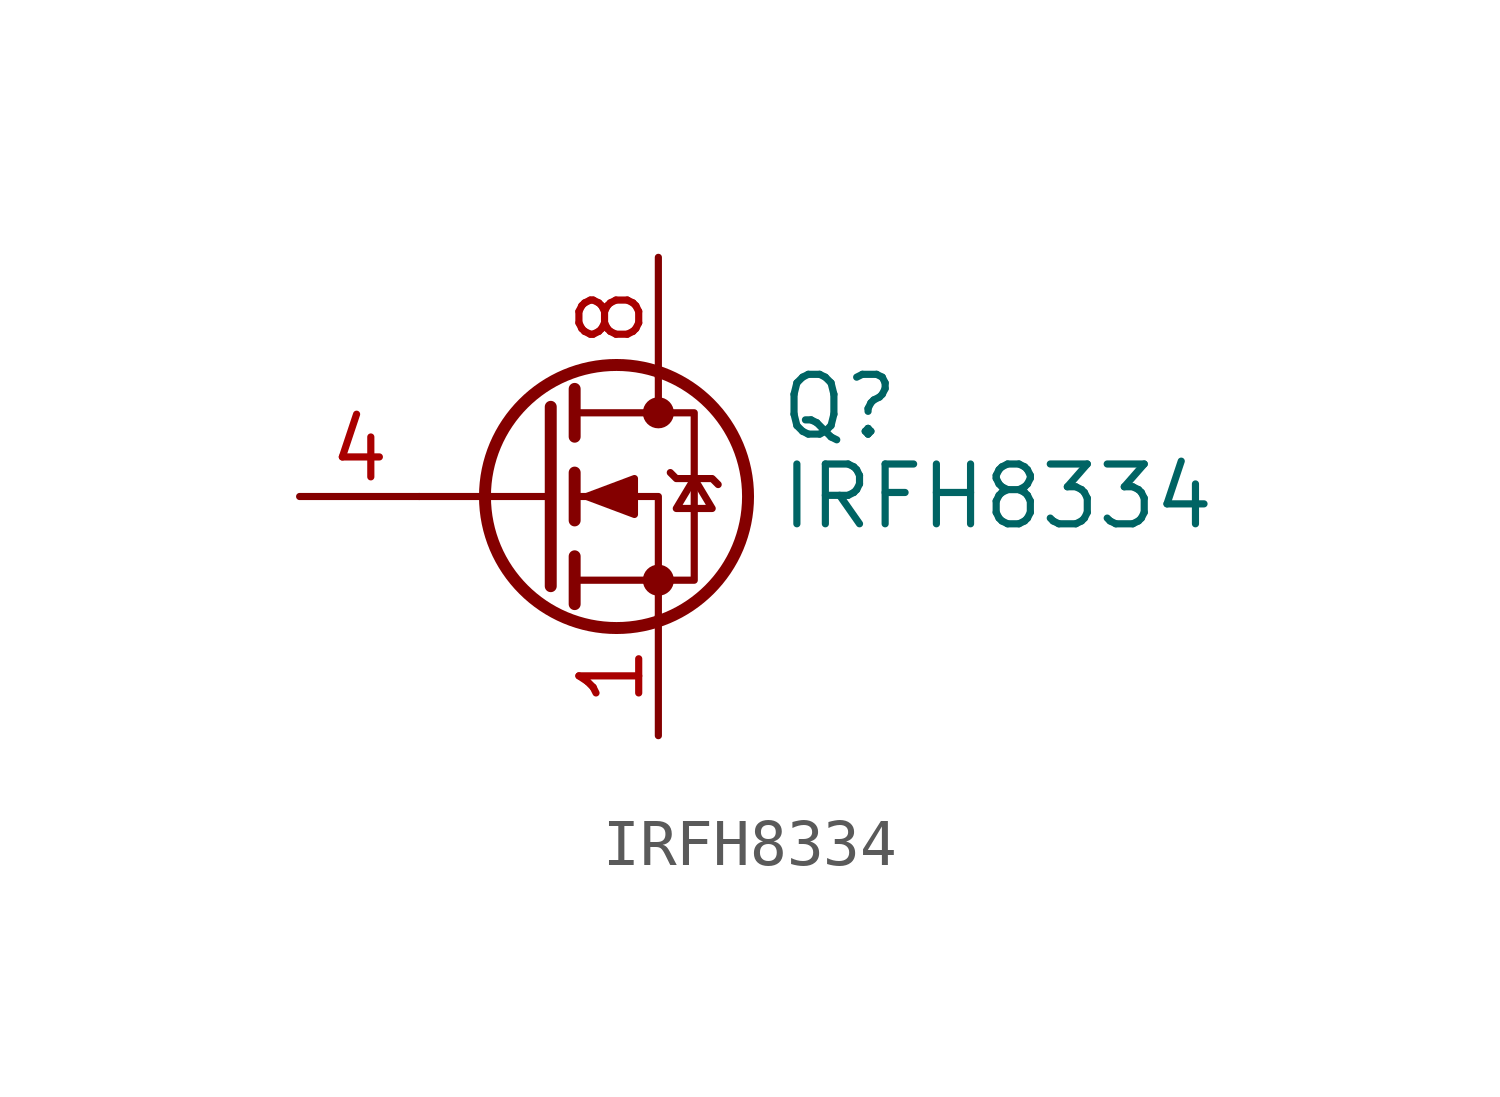
<source format=kicad_sym>
(kicad_symbol_lib
  (version 20211014)
  (generator kicad_symbol_editor)
  (symbol "IRFH8334"
    (pin_names hide)
    (property "Reference" "Q"
      (at 5.08 1.905 0)
      (effects (font (size 1.27 1.27)) (justify left)))
    (property "Value" "IRFH8334"
      (at 5.08 0 0)
      (effects (font (size 1.27 1.27)) (justify left)))
    (symbol "IRFH8334_0_1"
      (polyline (pts (xy 0.254 0) (xy -2.54 0)) (stroke (width 0) (type default) (color 0 0 0 0)) (fill (type none)))
      (polyline (pts (xy 0.254 1.905) (xy 0.254 -1.905)) (stroke (width 0.254) (type default) (color 0 0 0 0)) (fill (type none)))
      (polyline (pts (xy 0.762 -1.27) (xy 0.762 -2.286)) (stroke (width 0.254) (type default) (color 0 0 0 0)) (fill (type none)))
      (polyline (pts (xy 0.762 0.508) (xy 0.762 -0.508)) (stroke (width 0.254) (type default) (color 0 0 0 0)) (fill (type none)))
      (polyline (pts (xy 0.762 2.286) (xy 0.762 1.27)) (stroke (width 0.254) (type default) (color 0 0 0 0)) (fill (type none)))
      (polyline (pts (xy 2.54 2.54) (xy 2.54 1.778)) (stroke (width 0) (type default) (color 0 0 0 0)) (fill (type none)))
      (polyline (pts (xy 2.54 -2.54) (xy 2.54 0) (xy 0.762 0)) (stroke (width 0) (type default) (color 0 0 0 0)) (fill (type none)))
      (polyline (pts (xy 0.762 -1.778) (xy 3.302 -1.778) (xy 3.302 1.778) (xy 0.762 1.778)) (stroke (width 0) (type default) (color 0 0 0 0)) (fill (type none)))
      (polyline (pts (xy 1.016 0) (xy 2.032 0.381) (xy 2.032 -0.381) (xy 1.016 0)) (stroke (width 0) (type default) (color 0 0 0 0)) (fill (type outline)))
      (polyline (pts (xy 2.794 0.508) (xy 2.921 0.381) (xy 3.683 0.381) (xy 3.81 0.254)) (stroke (width 0) (type default) (color 0 0 0 0)) (fill (type none)))
      (polyline (pts (xy 3.302 0.381) (xy 2.921 -0.254) (xy 3.683 -0.254) (xy 3.302 0.381)) (stroke (width 0) (type default) (color 0 0 0 0)) (fill (type none)))
      (circle (center 1.651 0) (radius 2.794) (stroke (width 0.254) (type default) (color 0 0 0 0)) (fill (type none)))
      (circle (center 2.54 -1.778) (radius 0.254) (stroke (width 0) (type default) (color 0 0 0 0)) (fill (type outline)))
      (circle (center 2.54 1.778) (radius 0.254) (stroke (width 0) (type default) (color 0 0 0 0)) (fill (type outline))))
    (symbol "IRFH8334_1_1"
      (pin passive line (at 2.54 -5.08 90) (length 2.54) (name "S" (effects (font (size 1.27 1.27)))) (number "1" (effects (font (size 1.27 1.27)))))
      (pin passive line (at 2.54 -5.08 90) (length 2.54) hide (name "S" (effects (font (size 1.27 1.27)))) (number "2" (effects (font (size 1.27 1.27)))))
      (pin passive line (at 2.54 -5.08 90) (length 2.54) hide (name "S" (effects (font (size 1.27 1.27)))) (number "3" (effects (font (size 1.27 1.27)))))
      (pin input line (at -5.08 0 0) (length 2.54) (name "G" (effects (font (size 1.27 1.27)))) (number "4" (effects (font (size 1.27 1.27)))))
      (pin passive line (at 2.54 5.08 270) (length 2.54) hide (name "D" (effects (font (size 1.27 1.27)))) (number "5" (effects (font (size 1.27 1.27)))))
      (pin passive line (at 2.54 5.08 270) (length 2.54) hide (name "D" (effects (font (size 1.27 1.27)))) (number "6" (effects (font (size 1.27 1.27)))))
      (pin passive line (at 2.54 5.08 270) (length 2.54) hide (name "D" (effects (font (size 1.27 1.27)))) (number "7" (effects (font (size 1.27 1.27)))))
      (pin passive line (at 2.54 5.08 270) (length 2.54) (name "D" (effects (font (size 1.27 1.27)))) (number "8" (effects (font (size 1.27 1.27))))))))
</source>
